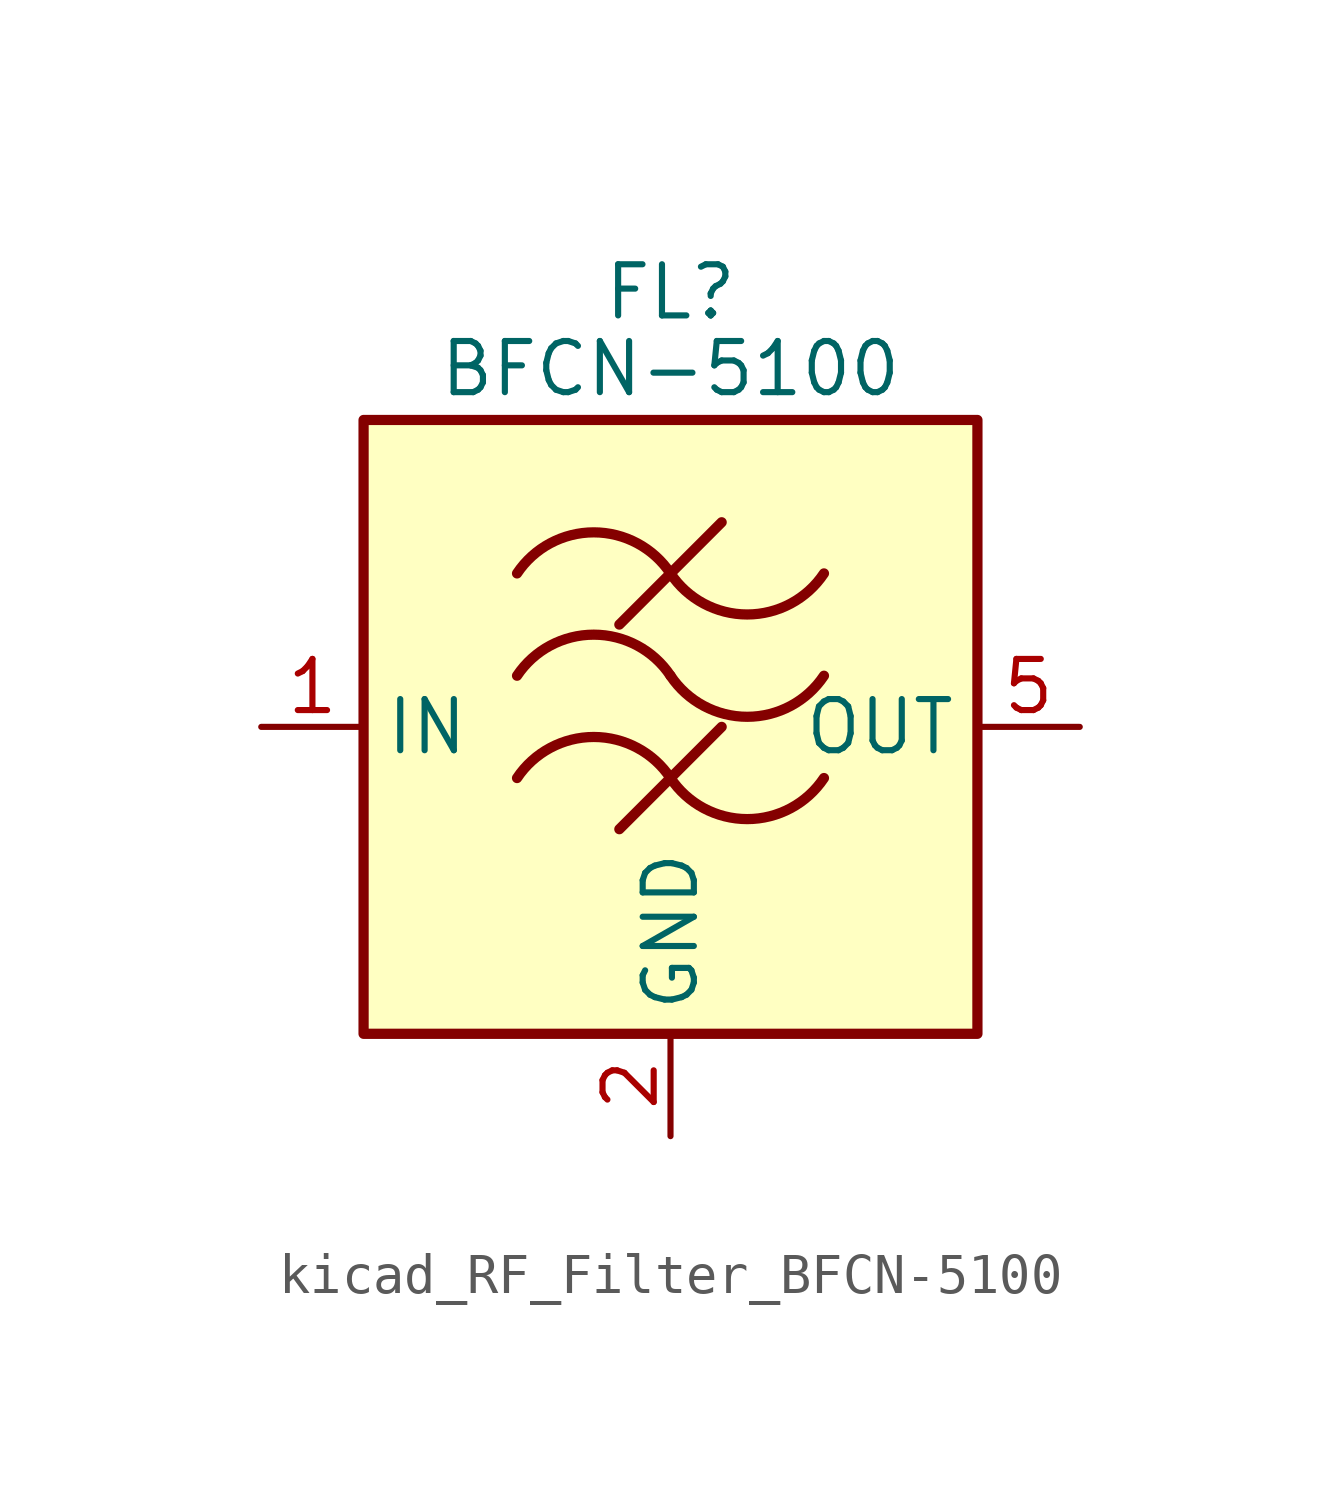
<source format=kicad_sym>
(kicad_symbol_lib
  (version 20220914)
  (generator kicad_symbol_editor)
  (symbol "kicad_RF_Filter_BFCN-5100"
    (property "Reference" "FL"
      (at 0 10.795 0)
      (effects (font (size 1.27 1.27))))
    (property "Value" "BFCN-5100"
      (at 0 8.89 0)
      (effects (font (size 1.27 1.27))))
    (symbol "kicad_RF_Filter_BFCN-5100_0_1"
      (rectangle (start -7.62 7.62) (end 7.62 -7.62) (stroke (width 0.254) (type default)) (fill (type background)))
      (arc (start 0 -1.27) (mid -1.905 -0.2505) (end -3.81 -1.27) (stroke (width 0.254) (type default)) (fill (type none)))
      (arc (start 0 -1.27) (mid 1.905 -2.2895) (end 3.81 -1.27) (stroke (width 0.254) (type default)) (fill (type none)))
      (polyline (pts (xy -1.27 -2.54) (xy 1.27 0)) (stroke (width 0.254) (type default)) (fill (type none)))
      (polyline (pts (xy -1.27 2.54) (xy 1.27 5.08)) (stroke (width 0.254) (type default)) (fill (type none)))
      (arc (start 0 1.27) (mid -1.905 2.2895) (end -3.81 1.27) (stroke (width 0.254) (type default)) (fill (type none)))
      (arc (start 0 1.27) (mid 1.905 0.2505) (end 3.81 1.27) (stroke (width 0.254) (type default)) (fill (type none)))
      (arc (start 0 3.81) (mid -1.905 4.8295) (end -3.81 3.81) (stroke (width 0.254) (type default)) (fill (type none)))
      (arc (start 0 3.81) (mid 1.905 2.7905) (end 3.81 3.81) (stroke (width 0.254) (type default)) (fill (type none))))
    (symbol "kicad_RF_Filter_BFCN-5100_1_1"
      (pin passive line (at -10.16 0 0) (length 2.54) (name "IN" (effects (font (size 1.27 1.27)))) (number "1" (effects (font (size 1.27 1.27)))))
      (pin passive line (at 0 -10.16 90) (length 2.54) (name "GND" (effects (font (size 1.27 1.27)))) (number "2" (effects (font (size 1.27 1.27)))))
      (pin passive line (at 0 -10.16 90) (length 2.54) hide (name "GND" (effects (font (size 1.27 1.27)))) (number "3" (effects (font (size 1.27 1.27)))))
      (pin passive line (at 0 -10.16 90) (length 2.54) hide (name "GND" (effects (font (size 1.27 1.27)))) (number "4" (effects (font (size 1.27 1.27)))))
      (pin passive line (at 10.16 0 180) (length 2.54) (name "OUT" (effects (font (size 1.27 1.27)))) (number "5" (effects (font (size 1.27 1.27)))))
      (pin passive line (at 0 -10.16 90) (length 2.54) hide (name "GND" (effects (font (size 1.27 1.27)))) (number "6" (effects (font (size 1.27 1.27)))))
      (pin passive line (at 0 -10.16 90) (length 2.54) hide (name "GND" (effects (font (size 1.27 1.27)))) (number "7" (effects (font (size 1.27 1.27)))))
      (pin passive line (at 0 -10.16 90) (length 2.54) hide (name "GND" (effects (font (size 1.27 1.27)))) (number "8" (effects (font (size 1.27 1.27))))))))
</source>
